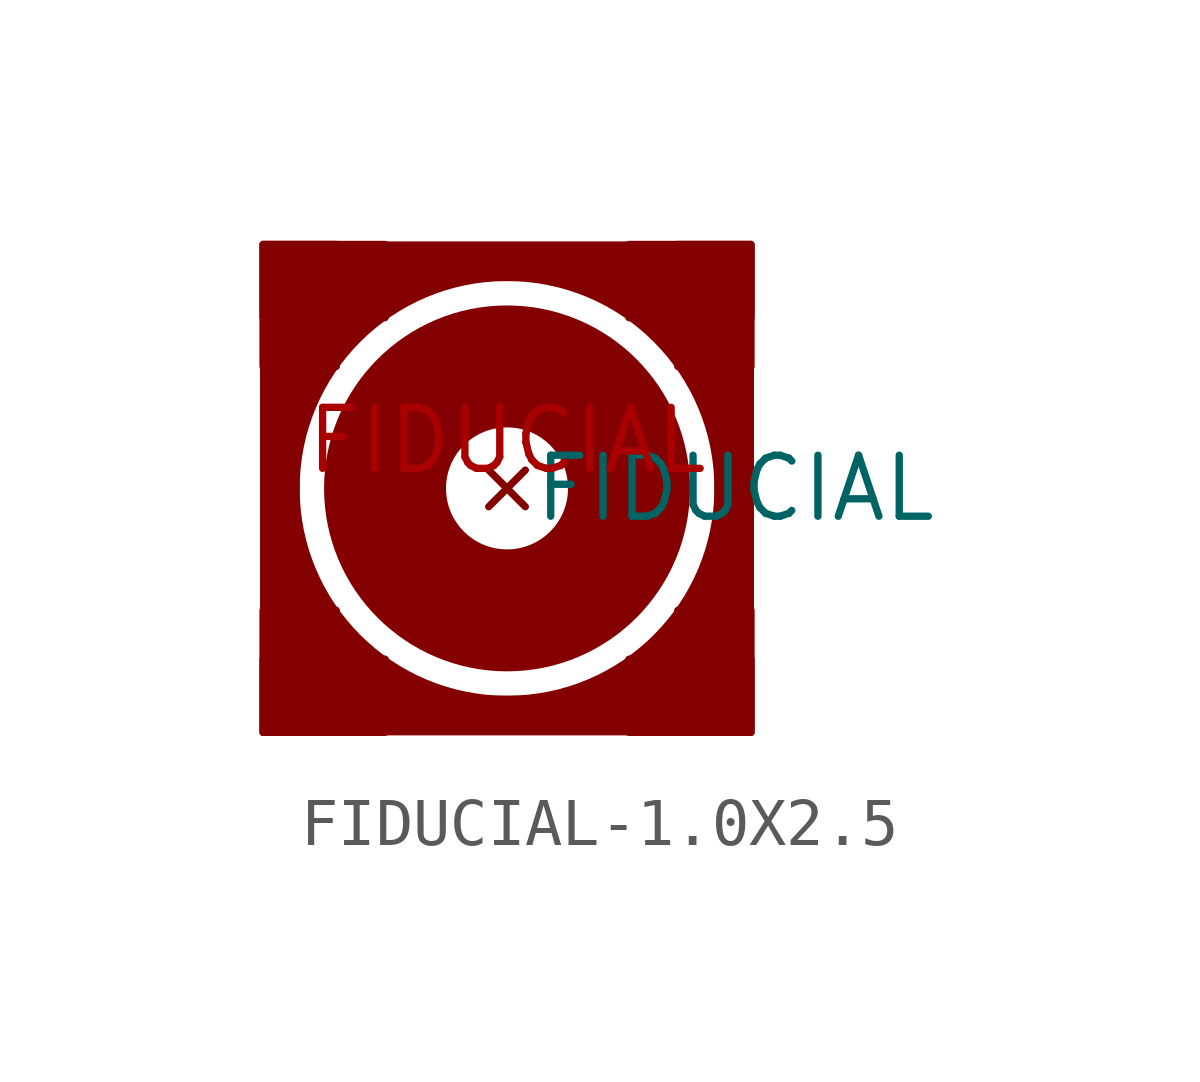
<source format=kicad_sym>
(kicad_symbol_lib
  (version 20211014)
  (generator kicad_symbol_editor)
  (symbol "FIDUCIAL-1.0X2.5"
    (property "Reference" "FIDUCIAL"
      (at 0 0 0)
      (effects (font (size 1.27 1.27)) hide))
    (property "ki_locked" ""
      (at 0 0 0)
      (effects (font (size 1.27 1.27))))
    (symbol "FIDUCIAL-1.0X2.5_1_0"
      (rectangle (start -5.08 -5.08) (end -3.556 -2.54) (stroke (width 0) (type default) (color 0 0 0 0)) (fill (type outline)))
      (rectangle (start -5.08 -5.08) (end -2.54 -3.556) (stroke (width 0) (type default) (color 0 0 0 0)) (fill (type outline)))
      (rectangle (start -5.08 2.54) (end -3.556 5.08) (stroke (width 0) (type default) (color 0 0 0 0)) (fill (type outline)))
      (rectangle (start -5.08 3.556) (end -2.54 5.08) (stroke (width 0) (type default) (color 0 0 0 0)) (fill (type outline)))
      (polyline (pts (xy -5.08 -5.08) (xy -5.08 5.08)) (stroke (width 0.127) (type default) (color 0 0 0 0)) (fill (type none)))
      (polyline (pts (xy -5.08 -5.08) (xy 5.08 -5.08)) (stroke (width 0.127) (type default) (color 0 0 0 0)) (fill (type none)))
      (polyline (pts (xy -5.08 5.08) (xy 5.08 5.08)) (stroke (width 0.127) (type default) (color 0 0 0 0)) (fill (type none)))
      (polyline (pts (xy -4.699 2.54) (xy -4.699 -2.54)) (stroke (width 0.762) (type default) (color 0 0 0 0)) (fill (type none)))
      (polyline (pts (xy -2.54 -4.699) (xy 2.54 -4.699)) (stroke (width 0.762) (type default) (color 0 0 0 0)) (fill (type none)))
      (polyline (pts (xy -2.54 4.699) (xy 2.54 4.699)) (stroke (width 0.762) (type default) (color 0 0 0 0)) (fill (type none)))
      (polyline (pts (xy 4.699 -2.54) (xy 4.699 2.54)) (stroke (width 0.762) (type default) (color 0 0 0 0)) (fill (type none)))
      (polyline (pts (xy 5.08 5.08) (xy 5.08 -5.08)) (stroke (width 0.127) (type default) (color 0 0 0 0)) (fill (type none)))
      (circle (center 0 0) (radius 2.54) (stroke (width 2.54) (type default) (color 0 0 0 0)) (fill (type none)))
      (circle (center 0 0) (radius 4.699) (stroke (width 0.762) (type default) (color 0 0 0 0)) (fill (type none)))
      (rectangle (start 2.54 -5.08) (end 5.08 -3.556) (stroke (width 0) (type default) (color 0 0 0 0)) (fill (type outline)))
      (rectangle (start 2.54 3.556) (end 5.08 5.08) (stroke (width 0) (type default) (color 0 0 0 0)) (fill (type outline)))
      (rectangle (start 3.556 -5.08) (end 5.08 -2.54) (stroke (width 0) (type default) (color 0 0 0 0)) (fill (type outline)))
      (rectangle (start 3.556 2.54) (end 5.08 5.08) (stroke (width 0) (type default) (color 0 0 0 0)) (fill (type outline)))
      (pin no_connect line (at 0 0 0) (length 0) (name "FIDUCIAL" (effects (font (size 1.27 1.27)))) (number "FIDUCIAL" (effects (font (size 1.27 1.27))))))))
</source>
